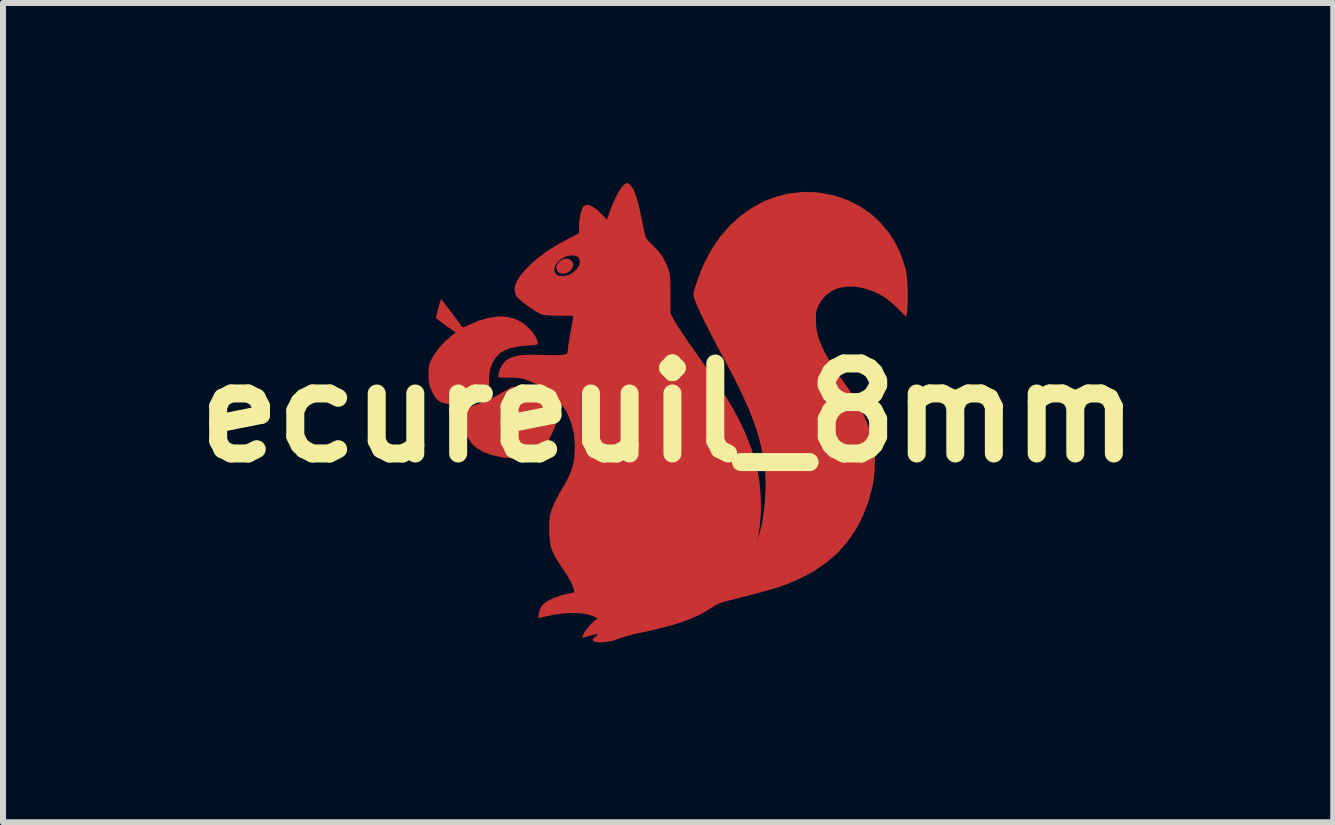
<source format=kicad_pcb>
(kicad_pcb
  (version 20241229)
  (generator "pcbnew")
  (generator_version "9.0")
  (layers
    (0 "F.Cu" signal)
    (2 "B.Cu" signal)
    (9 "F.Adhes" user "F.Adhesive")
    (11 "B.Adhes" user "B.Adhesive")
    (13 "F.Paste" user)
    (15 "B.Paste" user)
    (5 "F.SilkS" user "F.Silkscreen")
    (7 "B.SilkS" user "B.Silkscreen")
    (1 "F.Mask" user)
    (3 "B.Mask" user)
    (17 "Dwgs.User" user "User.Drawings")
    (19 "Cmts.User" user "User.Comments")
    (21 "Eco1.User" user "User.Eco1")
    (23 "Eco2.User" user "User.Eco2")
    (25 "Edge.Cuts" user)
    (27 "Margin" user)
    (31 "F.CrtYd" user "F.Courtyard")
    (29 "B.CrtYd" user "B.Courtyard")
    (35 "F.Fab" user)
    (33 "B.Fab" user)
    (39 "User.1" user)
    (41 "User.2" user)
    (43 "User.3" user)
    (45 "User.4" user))
  (footprint "ecureuil_8mm"
    (layer "F.Cu")
    (at 8.086 3.83)
    (property "Reference" "ecureuil_8mm" (at 0 0 0) (layer "F.SilkS") (effects (font (size 1.5 1.5) (thickness 0.3))))
    (attr board_only exclude_from_pos_files exclude_from_bom)
    (fp_poly (pts (xy -1.634 -2.554) (xy -1.598 -2.52) (xy -1.582 -2.474) (xy -1.591 -2.423) (xy -1.595 -2.413) (xy -1.636 -2.363) (xy -1.689 -2.33) (xy -1.748 -2.317) (xy -1.803 -2.326) (xy -1.828 -2.341) (xy -1.859 -2.383) (xy -1.865 -2.432) (xy -1.847 -2.482) (xy -1.808 -2.527) (xy -1.751 -2.56) (xy -1.741 -2.564) (xy -1.683 -2.571)) (stroke (width 0) (type solid)) (fill yes) (layer "F.Cu"))
    (fp_poly (pts (xy -2.516 -0.428) (xy -2.498 -0.425) (xy -2.375 -0.39) (xy -2.246 -0.331) (xy -2.121 -0.255) (xy -2.006 -0.166) (xy -1.911 -0.069) (xy -1.873 -0.02) (xy -1.826 0.048) (xy -1.858 0.153) (xy -1.891 0.244) (xy -1.937 0.35) (xy -1.991 0.463) (xy -2.05 0.572) (xy -2.102 0.658) (xy -2.172 0.766) (xy -2.411 0.764) (xy -2.507 0.762) (xy -2.604 0.758) (xy -2.691 0.751) (xy -2.76 0.744) (xy -2.774 0.742) (xy -2.94 0.704) (xy -3.079 0.654) (xy -3.19 0.59) (xy -3.269 0.517) (xy -3.289 0.49) (xy -3.32 0.443) (xy -3.359 0.381) (xy -3.403 0.31) (xy -3.449 0.233) (xy -3.495 0.157) (xy -3.537 0.085) (xy -3.572 0.023) (xy -3.597 -0.023) (xy -3.61 -0.05) (xy -3.611 -0.054) (xy -3.597 -0.059) (xy -3.561 -0.062) (xy -3.536 -0.063) (xy -3.428 -0.073) (xy -3.302 -0.102) (xy -3.162 -0.148) (xy -3.014 -0.209) (xy -2.862 -0.283) (xy -2.713 -0.368) (xy -2.676 -0.39) (xy -2.63 -0.419) (xy -2.596 -0.433) (xy -2.563 -0.435)) (stroke (width 0) (type solid)) (fill yes) (layer "F.Cu"))
    (fp_poly (pts (xy -3.771 -1.88) (xy -3.745 -1.847) (xy -3.708 -1.799) (xy -3.663 -1.741) (xy -3.614 -1.676) (xy -3.564 -1.609) (xy -3.518 -1.547) (xy -3.478 -1.492) (xy -3.448 -1.45) (xy -3.436 -1.432) (xy -3.415 -1.428) (xy -3.37 -1.443) (xy -3.35 -1.452) (xy -3.165 -1.532) (xy -2.994 -1.583) (xy -2.834 -1.606) (xy -2.688 -1.601) (xy -2.555 -1.567) (xy -2.434 -1.505) (xy -2.406 -1.486) (xy -2.334 -1.423) (xy -2.269 -1.354) (xy -2.218 -1.283) (xy -2.185 -1.217) (xy -2.173 -1.163) (xy -2.175 -1.148) (xy -2.184 -1.138) (xy -2.207 -1.132) (xy -2.248 -1.127) (xy -2.314 -1.122) (xy -2.341 -1.121) (xy -2.492 -1.106) (xy -2.617 -1.081) (xy -2.72 -1.044) (xy -2.802 -0.992) (xy -2.868 -0.926) (xy -2.886 -0.901) (xy -2.93 -0.827) (xy -2.96 -0.748) (xy -2.978 -0.657) (xy -2.985 -0.547) (xy -2.985 -0.5) (xy -2.985 -0.333) (xy -3.091 -0.285) (xy -3.275 -0.213) (xy -3.453 -0.166) (xy -3.509 -0.157) (xy -3.576 -0.148) (xy -3.621 -0.144) (xy -3.657 -0.144) (xy -3.693 -0.151) (xy -3.739 -0.163) (xy -3.74 -0.163) (xy -3.799 -0.184) (xy -3.846 -0.215) (xy -3.886 -0.263) (xy -3.925 -0.332) (xy -3.941 -0.364) (xy -3.965 -0.419) (xy -3.981 -0.464) (xy -3.989 -0.508) (xy -3.993 -0.564) (xy -3.994 -0.634) (xy -3.993 -0.708) (xy -3.989 -0.761) (xy -3.981 -0.803) (xy -3.965 -0.846) (xy -3.94 -0.9) (xy -3.935 -0.909) (xy -3.88 -1.001) (xy -3.804 -1.099) (xy -3.715 -1.194) (xy -3.619 -1.279) (xy -3.604 -1.291) (xy -3.543 -1.338) (xy -3.702 -1.452) (xy -3.763 -1.496) (xy -3.814 -1.534) (xy -3.851 -1.563) (xy -3.868 -1.577) (xy -3.868 -1.578) (xy -3.867 -1.596) (xy -3.859 -1.636) (xy -3.846 -1.69) (xy -3.83 -1.749) (xy -3.814 -1.807) (xy -3.798 -1.854) (xy -3.787 -1.885) (xy -3.782 -1.891)) (stroke (width 0) (type solid)) (fill yes) (layer "F.Cu"))
    (fp_poly (pts (xy -0.658 -3.819) (xy -0.627 -3.791) (xy -0.614 -3.777) (xy -0.579 -3.725) (xy -0.545 -3.645) (xy -0.511 -3.537) (xy -0.476 -3.4) (xy -0.44 -3.234) (xy -0.438 -3.22) (xy -0.42 -3.133) (xy -0.404 -3.053) (xy -0.389 -2.988) (xy -0.379 -2.943) (xy -0.375 -2.93) (xy -0.356 -2.898) (xy -0.319 -2.854) (xy -0.27 -2.803) (xy -0.245 -2.78) (xy -0.163 -2.696) (xy -0.096 -2.606) (xy -0.04 -2.501) (xy 0.004 -2.396) (xy 0.015 -2.362) (xy 0.024 -2.329) (xy 0.03 -2.29) (xy 0.034 -2.24) (xy 0.037 -2.175) (xy 0.038 -2.088) (xy 0.038 -1.984) (xy 0.039 -1.662) (xy 0.098 -1.546) (xy 0.122 -1.505) (xy 0.161 -1.442) (xy 0.213 -1.363) (xy 0.275 -1.27) (xy 0.345 -1.168) (xy 0.42 -1.062) (xy 0.458 -1.008) (xy 0.601 -0.806) (xy 0.726 -0.626) (xy 0.836 -0.463) (xy 0.931 -0.317) (xy 1.015 -0.182) (xy 1.088 -0.057) (xy 1.153 0.061) (xy 1.211 0.176) (xy 1.265 0.291) (xy 1.288 0.344) (xy 1.375 0.561) (xy 1.442 0.763) (xy 1.491 0.959) (xy 1.523 1.157) (xy 1.54 1.363) (xy 1.543 1.43) (xy 1.546 1.542) (xy 1.546 1.636) (xy 1.542 1.724) (xy 1.534 1.815) (xy 1.522 1.919) (xy 1.507 2.023) (xy 1.501 2.071) (xy 1.517 2.024) (xy 1.548 1.914) (xy 1.575 1.78) (xy 1.596 1.63) (xy 1.612 1.471) (xy 1.622 1.31) (xy 1.624 1.154) (xy 1.619 1.01) (xy 1.611 0.928) (xy 1.587 0.761) (xy 1.557 0.6) (xy 1.518 0.439) (xy 1.47 0.278) (xy 1.412 0.11) (xy 1.342 -0.065) (xy 1.258 -0.253) (xy 1.161 -0.457) (xy 1.047 -0.679) (xy 0.934 -0.891) (xy 0.815 -1.114) (xy 0.712 -1.312) (xy 0.624 -1.485) (xy 0.551 -1.634) (xy 0.494 -1.757) (xy 0.453 -1.855) (xy 0.428 -1.927) (xy 0.419 -1.973) (xy 0.419 -1.977) (xy 0.427 -2.019) (xy 0.445 -2.082) (xy 0.471 -2.162) (xy 0.503 -2.251) (xy 0.538 -2.344) (xy 0.575 -2.434) (xy 0.611 -2.514) (xy 0.615 -2.523) (xy 0.736 -2.745) (xy 0.875 -2.946) (xy 1.033 -3.125) (xy 1.206 -3.282) (xy 1.392 -3.414) (xy 1.59 -3.522) (xy 1.798 -3.603) (xy 2.014 -3.656) (xy 2.236 -3.681) (xy 2.462 -3.676) (xy 2.543 -3.667) (xy 2.771 -3.622) (xy 2.985 -3.548) (xy 3.184 -3.45) (xy 3.366 -3.327) (xy 3.528 -3.181) (xy 3.671 -3.014) (xy 3.79 -2.828) (xy 3.886 -2.624) (xy 3.956 -2.403) (xy 3.965 -2.368) (xy 3.976 -2.299) (xy 3.985 -2.208) (xy 3.991 -2.102) (xy 3.994 -1.989) (xy 3.994 -1.879) (xy 3.991 -1.778) (xy 3.985 -1.697) (xy 3.981 -1.67) (xy 3.969 -1.597) (xy 3.825 -1.74) (xy 3.722 -1.836) (xy 3.626 -1.911) (xy 3.528 -1.971) (xy 3.419 -2.022) (xy 3.407 -2.027) (xy 3.25 -2.078) (xy 3.101 -2.103) (xy 2.962 -2.102) (xy 2.834 -2.077) (xy 2.721 -2.027) (xy 2.623 -1.953) (xy 2.544 -1.856) (xy 2.513 -1.801) (xy 2.489 -1.749) (xy 2.474 -1.706) (xy 2.466 -1.661) (xy 2.463 -1.605) (xy 2.462 -1.548) (xy 2.467 -1.445) (xy 2.483 -1.344) (xy 2.51 -1.242) (xy 2.55 -1.135) (xy 2.605 -1.019) (xy 2.676 -0.892) (xy 2.765 -0.75) (xy 2.874 -0.59) (xy 2.918 -0.527) (xy 3.043 -0.344) (xy 3.147 -0.177) (xy 3.232 -0.022) (xy 3.301 0.126) (xy 3.356 0.272) (xy 3.399 0.419) (xy 3.402 0.432) (xy 3.432 0.599) (xy 3.446 0.781) (xy 3.442 0.968) (xy 3.422 1.148) (xy 3.409 1.215) (xy 3.338 1.482) (xy 3.243 1.728) (xy 3.125 1.953) (xy 2.984 2.157) (xy 2.819 2.341) (xy 2.631 2.503) (xy 2.42 2.645) (xy 2.267 2.728) (xy 2.17 2.775) (xy 2.078 2.816) (xy 1.986 2.854) (xy 1.89 2.889) (xy 1.784 2.924) (xy 1.665 2.959) (xy 1.527 2.997) (xy 1.366 3.039) (xy 1.239 3.071) (xy 1.118 3.102) (xy 1.022 3.127) (xy 0.948 3.147) (xy 0.89 3.165) (xy 0.845 3.182) (xy 0.809 3.199) (xy 0.775 3.217) (xy 0.741 3.239) (xy 0.739 3.24) (xy 0.632 3.307) (xy 0.522 3.367) (xy 0.405 3.421) (xy 0.279 3.471) (xy 0.137 3.518) (xy -0.022 3.564) (xy -0.204 3.609) (xy -0.412 3.656) (xy -0.461 3.666) (xy -0.559 3.688) (xy -0.654 3.713) (xy -0.739 3.737) (xy -0.805 3.758) (xy -0.832 3.769) (xy -0.908 3.795) (xy -0.995 3.814) (xy -1.083 3.825) (xy -1.162 3.826) (xy -1.218 3.817) (xy -1.253 3.8) (xy -1.258 3.777) (xy -1.234 3.748) (xy -1.209 3.729) (xy -1.177 3.705) (xy -1.172 3.691) (xy -1.193 3.69) (xy -1.242 3.699) (xy -1.32 3.72) (xy -1.321 3.72) (xy -1.374 3.735) (xy -1.414 3.746) (xy -1.433 3.751) (xy -1.434 3.751) (xy -1.431 3.739) (xy -1.421 3.71) (xy -1.392 3.654) (xy -1.347 3.59) (xy -1.295 3.528) (xy -1.243 3.478) (xy -1.232 3.47) (xy -1.172 3.427) (xy -1.243 3.393) (xy -1.338 3.361) (xy -1.457 3.343) (xy -1.593 3.337) (xy -1.743 3.344) (xy -1.899 3.365) (xy -2.029 3.392) (xy -2.088 3.406) (xy -2.135 3.417) (xy -2.16 3.423) (xy -2.164 3.423) (xy -2.164 3.409) (xy -2.16 3.374) (xy -2.155 3.343) (xy -2.138 3.279) (xy -2.11 3.221) (xy -2.102 3.211) (xy -2.055 3.167) (xy -1.983 3.122) (xy -1.894 3.081) (xy -1.794 3.046) (xy -1.704 3.023) (xy -1.643 3.01) (xy -1.596 3) (xy -1.569 2.993) (xy -1.566 2.992) (xy -1.567 2.976) (xy -1.575 2.939) (xy -1.584 2.904) (xy -1.605 2.853) (xy -1.642 2.783) (xy -1.692 2.699) (xy -1.74 2.626) (xy -1.805 2.527) (xy -1.855 2.449) (xy -1.892 2.385) (xy -1.919 2.33) (xy -1.939 2.28) (xy -1.955 2.228) (xy -1.961 2.201) (xy -1.974 2.123) (xy -1.976 2.095) (xy 1.485 2.095) (xy 1.491 2.107) (xy 1.495 2.105) (xy 1.497 2.086) (xy 1.495 2.084) (xy 1.486 2.086) (xy 1.485 2.095) (xy -1.976 2.095) (xy -1.982 2.025) (xy -1.984 1.92) (xy -1.981 1.817) (xy -1.973 1.73) (xy -1.968 1.701) (xy -1.938 1.602) (xy -1.888 1.485) (xy -1.818 1.351) (xy -1.753 1.24) (xy -1.681 1.115) (xy -1.629 1.002) (xy -1.592 0.892) (xy -1.569 0.777) (xy -1.562 0.723) (xy -1.554 0.533) (xy -1.571 0.347) (xy -1.614 0.171) (xy -1.68 0.01) (xy -1.707 -0.039) (xy -1.798 -0.166) (xy -1.913 -0.285) (xy -2.048 -0.391) (xy -2.195 -0.479) (xy -2.348 -0.545) (xy -2.368 -0.551) (xy -2.431 -0.569) (xy -2.494 -0.579) (xy -2.568 -0.585) (xy -2.655 -0.586) (xy -2.832 -0.586) (xy -2.825 -0.653) (xy -2.802 -0.737) (xy -2.757 -0.815) (xy -2.696 -0.878) (xy -2.657 -0.903) (xy -2.602 -0.926) (xy -2.543 -0.944) (xy -2.476 -0.957) (xy -2.394 -0.964) (xy -2.294 -0.967) (xy -2.17 -0.966) (xy -2.091 -0.964) (xy -1.988 -0.962) (xy -1.894 -0.962) (xy -1.816 -0.963) (xy -1.759 -0.966) (xy -1.73 -0.97) (xy -1.702 -0.979) (xy -1.686 -0.992) (xy -1.676 -1.015) (xy -1.67 -1.058) (xy -1.666 -1.098) (xy -1.657 -1.166) (xy -1.644 -1.25) (xy -1.629 -1.335) (xy -1.623 -1.368) (xy -1.609 -1.439) (xy -1.597 -1.504) (xy -1.59 -1.553) (xy -1.588 -1.571) (xy -1.587 -1.618) (xy -1.813 -1.618) (xy -1.91 -1.619) (xy -1.995 -1.624) (xy -2.062 -1.63) (xy -2.103 -1.637) (xy -2.149 -1.657) (xy -2.21 -1.692) (xy -2.279 -1.737) (xy -2.351 -1.788) (xy -2.419 -1.841) (xy -2.477 -1.89) (xy -2.52 -1.931) (xy -2.537 -1.955) (xy -2.56 -2.026) (xy -2.556 -2.104) (xy -2.525 -2.189) (xy -2.467 -2.283) (xy -2.38 -2.387) (xy -2.372 -2.395) (xy -1.899 -2.395) (xy -1.89 -2.342) (xy -1.858 -2.301) (xy -1.806 -2.28) (xy -1.74 -2.278) (xy -1.666 -2.295) (xy -1.633 -2.31) (xy -1.568 -2.352) (xy -1.517 -2.403) (xy -1.484 -2.458) (xy -1.47 -2.513) (xy -1.478 -2.561) (xy -1.508 -2.598) (xy -1.525 -2.608) (xy -1.59 -2.624) (xy -1.66 -2.618) (xy -1.729 -2.594) (xy -1.793 -2.556) (xy -1.846 -2.508) (xy -1.883 -2.453) (xy -1.899 -2.395) (xy -2.372 -2.395) (xy -2.33 -2.44) (xy -2.189 -2.567) (xy -2.028 -2.688) (xy -1.841 -2.806) (xy -1.663 -2.902) (xy -1.485 -2.993) (xy -1.485 -3.111) (xy -1.481 -3.197) (xy -1.468 -3.282) (xy -1.45 -3.358) (xy -1.428 -3.416) (xy -1.411 -3.442) (xy -1.37 -3.466) (xy -1.316 -3.463) (xy -1.25 -3.431) (xy -1.172 -3.372) (xy -1.093 -3.296) (xy -1.02 -3.22) (xy -0.969 -3.364) (xy -0.922 -3.488) (xy -0.872 -3.597) (xy -0.822 -3.689) (xy -0.773 -3.76) (xy -0.728 -3.808) (xy -0.688 -3.829) (xy -0.68 -3.83)) (stroke (width 0) (type solid)) (fill yes) (layer "F.Cu")))
  (gr_rect
    (start -3 -3)
    (end 19.171 10.655)
    (stroke (width 0.1) (type default))
    (fill no)
    (layer "Edge.Cuts")))
</source>
